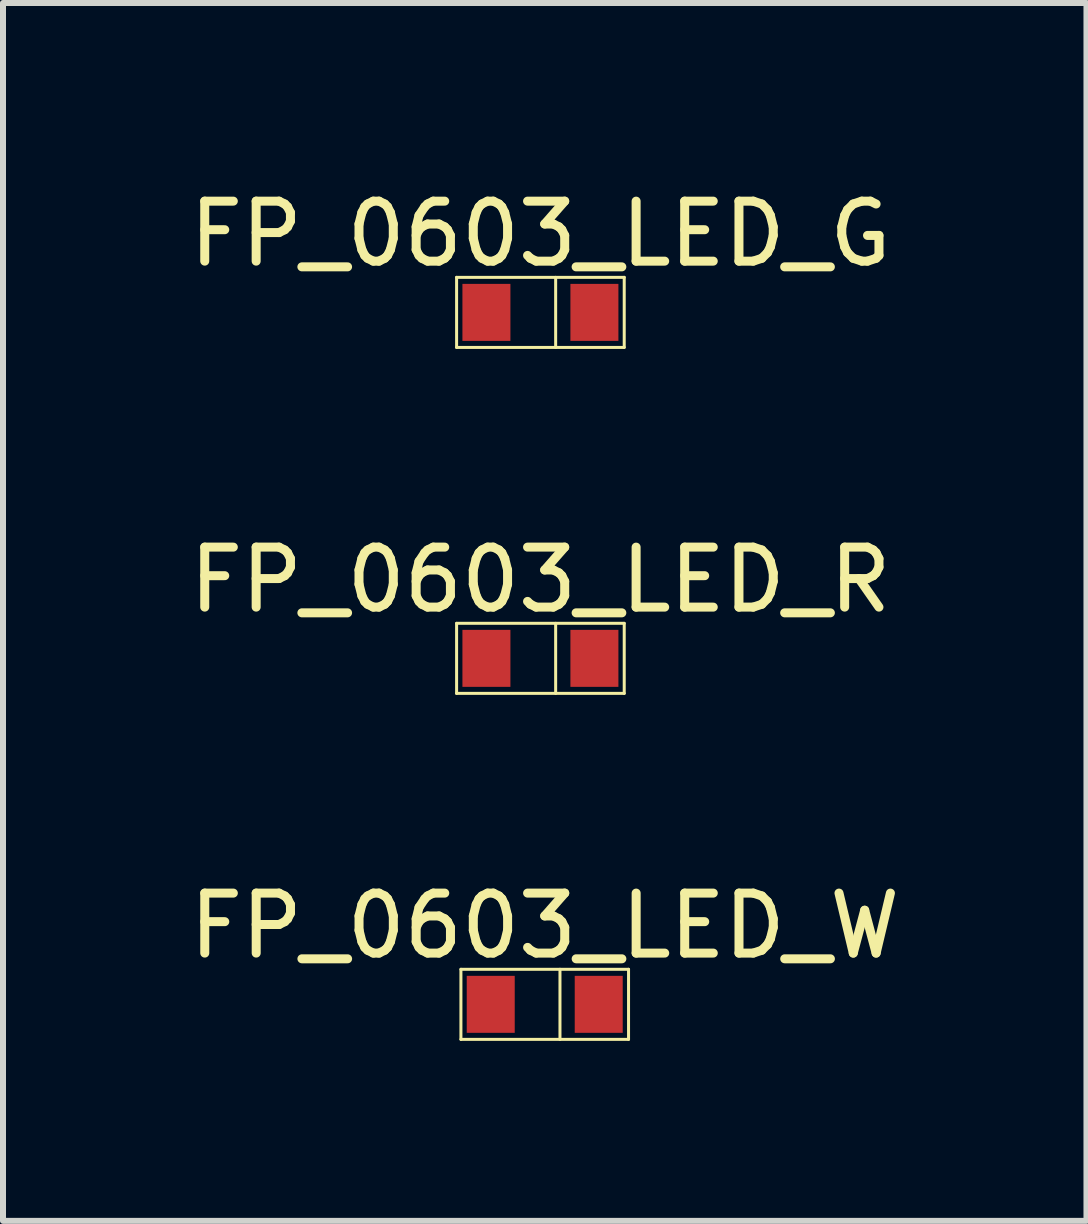
<source format=kicad_pcb>
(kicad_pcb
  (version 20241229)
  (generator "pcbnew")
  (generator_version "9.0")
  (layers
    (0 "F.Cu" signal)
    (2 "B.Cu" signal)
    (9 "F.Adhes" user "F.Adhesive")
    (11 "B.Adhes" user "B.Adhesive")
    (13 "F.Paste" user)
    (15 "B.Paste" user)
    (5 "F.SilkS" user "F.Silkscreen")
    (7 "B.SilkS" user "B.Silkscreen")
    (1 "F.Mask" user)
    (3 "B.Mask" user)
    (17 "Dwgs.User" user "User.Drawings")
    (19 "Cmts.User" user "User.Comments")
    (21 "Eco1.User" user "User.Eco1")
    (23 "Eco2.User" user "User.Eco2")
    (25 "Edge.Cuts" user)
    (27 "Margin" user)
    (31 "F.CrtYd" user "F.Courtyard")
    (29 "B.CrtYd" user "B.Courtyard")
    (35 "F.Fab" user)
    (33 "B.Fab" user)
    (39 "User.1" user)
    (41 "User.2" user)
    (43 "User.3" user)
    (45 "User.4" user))
  (footprint "FP_0603_LED_G"
    (layer "F.Cu")
    (at 5.958 2.157)
    (property "Reference" "FP_0603_LED_G" (at 0 -1.309 0) (layer "F.SilkS") (effects (font (size 1 1) (thickness 0.15))))
    (fp_line (start -1.397 -0.584) (end 1.397 -0.584) (stroke (width 0.05) (type solid)) (layer "F.SilkS"))
    (fp_line (start -1.397 0.584) (end -1.397 -0.584) (stroke (width 0.05) (type solid)) (layer "F.SilkS"))
    (fp_line (start -1.397 0.584) (end 1.397 0.584) (stroke (width 0.05) (type solid)) (layer "F.SilkS"))
    (fp_line (start 0.254 0.584) (end 0.254 -0.584) (stroke (width 0.05) (type solid)) (layer "F.SilkS"))
    (fp_line (start 1.397 0.584) (end 1.397 -0.584) (stroke (width 0.05) (type solid)) (layer "F.SilkS"))
    (pad "A" smd rect (at -0.9 0) (size 0.8 0.95) (layers "F.Cu" "F.Mask" "F.Paste"))
    (pad "K" smd rect (at 0.9 0) (size 0.8 0.95) (layers "F.Cu" "F.Mask" "F.Paste")))
  (footprint "FP_0603_LED_W"
    (layer "F.Cu")
    (at 6.03 13.691)
    (property "Reference" "FP_0603_LED_W" (at 0 -1.309 0) (layer "F.SilkS") (effects (font (size 1 1) (thickness 0.15))))
    (fp_line (start -1.397 -0.584) (end 1.397 -0.584) (stroke (width 0.05) (type solid)) (layer "F.SilkS"))
    (fp_line (start -1.397 0.584) (end -1.397 -0.584) (stroke (width 0.05) (type solid)) (layer "F.SilkS"))
    (fp_line (start -1.397 0.584) (end 1.397 0.584) (stroke (width 0.05) (type solid)) (layer "F.SilkS"))
    (fp_line (start 0.254 0.584) (end 0.254 -0.584) (stroke (width 0.05) (type solid)) (layer "F.SilkS"))
    (fp_line (start 1.397 0.584) (end 1.397 -0.584) (stroke (width 0.05) (type solid)) (layer "F.SilkS"))
    (pad "A" smd rect (at -0.9 0) (size 0.8 0.95) (layers "F.Cu" "F.Mask" "F.Paste"))
    (pad "K" smd rect (at 0.9 0) (size 0.8 0.95) (layers "F.Cu" "F.Mask" "F.Paste")))
  (footprint "FP_0603_LED_R"
    (layer "F.Cu")
    (at 5.958 7.924)
    (property "Reference" "FP_0603_LED_R" (at 0 -1.309 0) (layer "F.SilkS") (effects (font (size 1 1) (thickness 0.15))))
    (fp_line (start -1.397 -0.584) (end 1.397 -0.584) (stroke (width 0.05) (type solid)) (layer "F.SilkS"))
    (fp_line (start -1.397 0.584) (end -1.397 -0.584) (stroke (width 0.05) (type solid)) (layer "F.SilkS"))
    (fp_line (start -1.397 0.584) (end 1.397 0.584) (stroke (width 0.05) (type solid)) (layer "F.SilkS"))
    (fp_line (start 0.254 0.584) (end 0.254 -0.584) (stroke (width 0.05) (type solid)) (layer "F.SilkS"))
    (fp_line (start 1.397 0.584) (end 1.397 -0.584) (stroke (width 0.05) (type solid)) (layer "F.SilkS"))
    (pad "A" smd rect (at -0.9 0) (size 0.8 0.95) (layers "F.Cu" "F.Mask" "F.Paste"))
    (pad "K" smd rect (at 0.9 0) (size 0.8 0.95) (layers "F.Cu" "F.Mask" "F.Paste")))
  (gr_rect
    (start -3 -3)
    (end 15.06 17.3)
    (stroke (width 0.1) (type default))
    (fill no)
    (layer "Edge.Cuts")))
</source>
